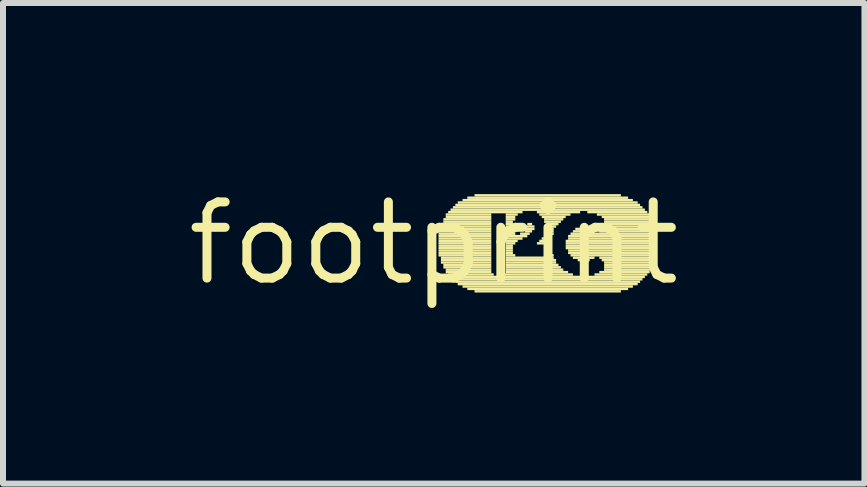
<source format=kicad_pcb>
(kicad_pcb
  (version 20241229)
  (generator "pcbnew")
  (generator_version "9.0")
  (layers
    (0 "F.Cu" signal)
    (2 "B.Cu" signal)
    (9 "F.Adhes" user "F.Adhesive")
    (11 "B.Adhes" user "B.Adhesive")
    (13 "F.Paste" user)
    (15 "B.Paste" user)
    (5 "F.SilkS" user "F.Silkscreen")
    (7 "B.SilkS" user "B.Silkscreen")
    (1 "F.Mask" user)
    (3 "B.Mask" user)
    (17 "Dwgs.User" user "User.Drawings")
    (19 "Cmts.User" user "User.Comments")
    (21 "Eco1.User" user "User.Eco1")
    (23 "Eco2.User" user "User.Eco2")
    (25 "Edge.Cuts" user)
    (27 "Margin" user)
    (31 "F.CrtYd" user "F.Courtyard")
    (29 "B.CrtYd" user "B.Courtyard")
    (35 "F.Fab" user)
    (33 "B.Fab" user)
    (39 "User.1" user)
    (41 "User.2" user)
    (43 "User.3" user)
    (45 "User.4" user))
  (footprint "footprint"
    (layer "F.Cu")
    (at 4.18 1.006)
    (property "Reference" "footprint" (at 0 0 0) (layer "F.SilkS") (effects (font (size 1.27 1.27) (thickness 0.15))))
    (fp_poly (pts (xy 0.08 -0.18) (xy 0.96 -0.18) (xy 0.96 -0.22) (xy 0.08 -0.22)) (stroke (width 0) (type solid)) (fill yes) (layer "F.SilkS"))
    (fp_poly (pts (xy 0.08 -0.14) (xy 0.96 -0.14) (xy 0.96 -0.18) (xy 0.08 -0.18)) (stroke (width 0) (type solid)) (fill yes) (layer "F.SilkS"))
    (fp_poly (pts (xy 0.08 -0.1) (xy 0.96 -0.1) (xy 0.96 -0.14) (xy 0.08 -0.14)) (stroke (width 0) (type solid)) (fill yes) (layer "F.SilkS"))
    (fp_poly (pts (xy 0.08 -0.06) (xy 0.96 -0.06) (xy 0.96 -0.1) (xy 0.08 -0.1)) (stroke (width 0) (type solid)) (fill yes) (layer "F.SilkS"))
    (fp_poly (pts (xy 0.08 -0.02) (xy 0.96 -0.02) (xy 0.96 -0.06) (xy 0.08 -0.06)) (stroke (width 0) (type solid)) (fill yes) (layer "F.SilkS"))
    (fp_poly (pts (xy 0.08 0.02) (xy 0.96 0.02) (xy 0.96 -0.02) (xy 0.08 -0.02)) (stroke (width 0) (type solid)) (fill yes) (layer "F.SilkS"))
    (fp_poly (pts (xy 0.08 0.06) (xy 0.96 0.06) (xy 0.96 0.02) (xy 0.08 0.02)) (stroke (width 0) (type solid)) (fill yes) (layer "F.SilkS"))
    (fp_poly (pts (xy 0.08 0.1) (xy 0.96 0.1) (xy 0.96 0.06) (xy 0.08 0.06)) (stroke (width 0) (type solid)) (fill yes) (layer "F.SilkS"))
    (fp_poly (pts (xy 0.08 0.14) (xy 0.96 0.14) (xy 0.96 0.1) (xy 0.08 0.1)) (stroke (width 0) (type solid)) (fill yes) (layer "F.SilkS"))
    (fp_poly (pts (xy 0.08 0.18) (xy 0.96 0.18) (xy 0.96 0.14) (xy 0.08 0.14)) (stroke (width 0) (type solid)) (fill yes) (layer "F.SilkS"))
    (fp_poly (pts (xy 0.08 0.22) (xy 0.96 0.22) (xy 0.96 0.18) (xy 0.08 0.18)) (stroke (width 0) (type solid)) (fill yes) (layer "F.SilkS"))
    (fp_poly (pts (xy 0.12 -0.3) (xy 0.96 -0.3) (xy 0.96 -0.34) (xy 0.12 -0.34)) (stroke (width 0) (type solid)) (fill yes) (layer "F.SilkS"))
    (fp_poly (pts (xy 0.12 -0.26) (xy 0.96 -0.26) (xy 0.96 -0.3) (xy 0.12 -0.3)) (stroke (width 0) (type solid)) (fill yes) (layer "F.SilkS"))
    (fp_poly (pts (xy 0.12 -0.22) (xy 0.96 -0.22) (xy 0.96 -0.26) (xy 0.12 -0.26)) (stroke (width 0) (type solid)) (fill yes) (layer "F.SilkS"))
    (fp_poly (pts (xy 0.12 0.26) (xy 0.96 0.26) (xy 0.96 0.22) (xy 0.12 0.22)) (stroke (width 0) (type solid)) (fill yes) (layer "F.SilkS"))
    (fp_poly (pts (xy 0.12 0.3) (xy 0.96 0.3) (xy 0.96 0.26) (xy 0.12 0.26)) (stroke (width 0) (type solid)) (fill yes) (layer "F.SilkS"))
    (fp_poly (pts (xy 0.12 0.34) (xy 0.96 0.34) (xy 0.96 0.3) (xy 0.12 0.3)) (stroke (width 0) (type solid)) (fill yes) (layer "F.SilkS"))
    (fp_poly (pts (xy 0.16 -0.38) (xy 0.96 -0.38) (xy 0.96 -0.42) (xy 0.16 -0.42)) (stroke (width 0) (type solid)) (fill yes) (layer "F.SilkS"))
    (fp_poly (pts (xy 0.16 -0.34) (xy 0.96 -0.34) (xy 0.96 -0.38) (xy 0.16 -0.38)) (stroke (width 0) (type solid)) (fill yes) (layer "F.SilkS"))
    (fp_poly (pts (xy 0.16 0.38) (xy 0.96 0.38) (xy 0.96 0.34) (xy 0.16 0.34)) (stroke (width 0) (type solid)) (fill yes) (layer "F.SilkS"))
    (fp_poly (pts (xy 0.16 0.42) (xy 0.96 0.42) (xy 0.96 0.38) (xy 0.16 0.38)) (stroke (width 0) (type solid)) (fill yes) (layer "F.SilkS"))
    (fp_poly (pts (xy 0.2 -0.46) (xy 0.96 -0.46) (xy 0.96 -0.5) (xy 0.2 -0.5)) (stroke (width 0) (type solid)) (fill yes) (layer "F.SilkS"))
    (fp_poly (pts (xy 0.2 -0.42) (xy 0.96 -0.42) (xy 0.96 -0.46) (xy 0.2 -0.46)) (stroke (width 0) (type solid)) (fill yes) (layer "F.SilkS"))
    (fp_poly (pts (xy 0.2 0.46) (xy 0.96 0.46) (xy 0.96 0.42) (xy 0.2 0.42)) (stroke (width 0) (type solid)) (fill yes) (layer "F.SilkS"))
    (fp_poly (pts (xy 0.2 0.5) (xy 0.96 0.5) (xy 0.96 0.46) (xy 0.2 0.46)) (stroke (width 0) (type solid)) (fill yes) (layer "F.SilkS"))
    (fp_poly (pts (xy 0.24 -0.5) (xy 1.48 -0.5) (xy 1.48 -0.54) (xy 0.24 -0.54)) (stroke (width 0) (type solid)) (fill yes) (layer "F.SilkS"))
    (fp_poly (pts (xy 0.24 0.54) (xy 1 0.54) (xy 1 0.5) (xy 0.24 0.5)) (stroke (width 0) (type solid)) (fill yes) (layer "F.SilkS"))
    (fp_poly (pts (xy 0.28 -0.54) (xy 3.52 -0.54) (xy 3.52 -0.58) (xy 0.28 -0.58)) (stroke (width 0) (type solid)) (fill yes) (layer "F.SilkS"))
    (fp_poly (pts (xy 0.28 0.58) (xy 3.52 0.58) (xy 3.52 0.54) (xy 0.28 0.54)) (stroke (width 0) (type solid)) (fill yes) (layer "F.SilkS"))
    (fp_poly (pts (xy 0.32 -0.58) (xy 3.48 -0.58) (xy 3.48 -0.62) (xy 0.32 -0.62)) (stroke (width 0) (type solid)) (fill yes) (layer "F.SilkS"))
    (fp_poly (pts (xy 0.32 0.62) (xy 3.48 0.62) (xy 3.48 0.58) (xy 0.32 0.58)) (stroke (width 0) (type solid)) (fill yes) (layer "F.SilkS"))
    (fp_poly (pts (xy 0.36 -0.62) (xy 3.44 -0.62) (xy 3.44 -0.66) (xy 0.36 -0.66)) (stroke (width 0) (type solid)) (fill yes) (layer "F.SilkS"))
    (fp_poly (pts (xy 0.36 0.66) (xy 3.44 0.66) (xy 3.44 0.62) (xy 0.36 0.62)) (stroke (width 0) (type solid)) (fill yes) (layer "F.SilkS"))
    (fp_poly (pts (xy 0.4 -0.66) (xy 3.4 -0.66) (xy 3.4 -0.7) (xy 0.4 -0.7)) (stroke (width 0) (type solid)) (fill yes) (layer "F.SilkS"))
    (fp_poly (pts (xy 0.4 0.7) (xy 3.4 0.7) (xy 3.4 0.66) (xy 0.4 0.66)) (stroke (width 0) (type solid)) (fill yes) (layer "F.SilkS"))
    (fp_poly (pts (xy 0.48 -0.7) (xy 3.32 -0.7) (xy 3.32 -0.74) (xy 0.48 -0.74)) (stroke (width 0) (type solid)) (fill yes) (layer "F.SilkS"))
    (fp_poly (pts (xy 0.48 0.74) (xy 3.32 0.74) (xy 3.32 0.7) (xy 0.48 0.7)) (stroke (width 0) (type solid)) (fill yes) (layer "F.SilkS"))
    (fp_poly (pts (xy 0.56 -0.74) (xy 3.24 -0.74) (xy 3.24 -0.78) (xy 0.56 -0.78)) (stroke (width 0) (type solid)) (fill yes) (layer "F.SilkS"))
    (fp_poly (pts (xy 0.56 0.78) (xy 3.24 0.78) (xy 3.24 0.74) (xy 0.56 0.74)) (stroke (width 0) (type solid)) (fill yes) (layer "F.SilkS"))
    (fp_poly (pts (xy 0.68 -0.78) (xy 3.12 -0.78) (xy 3.12 -0.82) (xy 0.68 -0.82)) (stroke (width 0) (type solid)) (fill yes) (layer "F.SilkS"))
    (fp_poly (pts (xy 0.68 0.82) (xy 3.12 0.82) (xy 3.12 0.78) (xy 0.68 0.78)) (stroke (width 0) (type solid)) (fill yes) (layer "F.SilkS"))
    (fp_poly (pts (xy 1.16 0.54) (xy 2.32 0.54) (xy 2.32 0.5) (xy 1.16 0.5)) (stroke (width 0) (type solid)) (fill yes) (layer "F.SilkS"))
    (fp_poly (pts (xy 1.2 -0.46) (xy 1.4 -0.46) (xy 1.4 -0.5) (xy 1.2 -0.5)) (stroke (width 0) (type solid)) (fill yes) (layer "F.SilkS"))
    (fp_poly (pts (xy 1.2 -0.42) (xy 1.36 -0.42) (xy 1.36 -0.46) (xy 1.2 -0.46)) (stroke (width 0) (type solid)) (fill yes) (layer "F.SilkS"))
    (fp_poly (pts (xy 1.2 -0.38) (xy 1.36 -0.38) (xy 1.36 -0.42) (xy 1.2 -0.42)) (stroke (width 0) (type solid)) (fill yes) (layer "F.SilkS"))
    (fp_poly (pts (xy 1.2 -0.34) (xy 1.32 -0.34) (xy 1.32 -0.38) (xy 1.2 -0.38)) (stroke (width 0) (type solid)) (fill yes) (layer "F.SilkS"))
    (fp_poly (pts (xy 1.2 -0.3) (xy 1.32 -0.3) (xy 1.32 -0.34) (xy 1.2 -0.34)) (stroke (width 0) (type solid)) (fill yes) (layer "F.SilkS"))
    (fp_poly (pts (xy 1.2 -0.26) (xy 1.32 -0.26) (xy 1.32 -0.3) (xy 1.2 -0.3)) (stroke (width 0) (type solid)) (fill yes) (layer "F.SilkS"))
    (fp_poly (pts (xy 1.2 -0.22) (xy 1.32 -0.22) (xy 1.32 -0.26) (xy 1.2 -0.26)) (stroke (width 0) (type solid)) (fill yes) (layer "F.SilkS"))
    (fp_poly (pts (xy 1.2 -0.18) (xy 1.32 -0.18) (xy 1.32 -0.22) (xy 1.2 -0.22)) (stroke (width 0) (type solid)) (fill yes) (layer "F.SilkS"))
    (fp_poly (pts (xy 1.2 -0.14) (xy 1.36 -0.14) (xy 1.36 -0.18) (xy 1.2 -0.18)) (stroke (width 0) (type solid)) (fill yes) (layer "F.SilkS"))
    (fp_poly (pts (xy 1.2 -0.1) (xy 1.56 -0.1) (xy 1.56 -0.14) (xy 1.2 -0.14)) (stroke (width 0) (type solid)) (fill yes) (layer "F.SilkS"))
    (fp_poly (pts (xy 1.2 -0.06) (xy 1.48 -0.06) (xy 1.48 -0.1) (xy 1.2 -0.1)) (stroke (width 0) (type solid)) (fill yes) (layer "F.SilkS"))
    (fp_poly (pts (xy 1.2 -0.02) (xy 1.4 -0.02) (xy 1.4 -0.06) (xy 1.2 -0.06)) (stroke (width 0) (type solid)) (fill yes) (layer "F.SilkS"))
    (fp_poly (pts (xy 1.2 0.02) (xy 1.36 0.02) (xy 1.36 -0.02) (xy 1.2 -0.02)) (stroke (width 0) (type solid)) (fill yes) (layer "F.SilkS"))
    (fp_poly (pts (xy 1.2 0.06) (xy 1.32 0.06) (xy 1.32 0.02) (xy 1.2 0.02)) (stroke (width 0) (type solid)) (fill yes) (layer "F.SilkS"))
    (fp_poly (pts (xy 1.2 0.1) (xy 1.32 0.1) (xy 1.32 0.06) (xy 1.2 0.06)) (stroke (width 0) (type solid)) (fill yes) (layer "F.SilkS"))
    (fp_poly (pts (xy 1.2 0.14) (xy 1.32 0.14) (xy 1.32 0.1) (xy 1.2 0.1)) (stroke (width 0) (type solid)) (fill yes) (layer "F.SilkS"))
    (fp_poly (pts (xy 1.2 0.18) (xy 1.32 0.18) (xy 1.32 0.14) (xy 1.2 0.14)) (stroke (width 0) (type solid)) (fill yes) (layer "F.SilkS"))
    (fp_poly (pts (xy 1.2 0.22) (xy 1.36 0.22) (xy 1.36 0.18) (xy 1.2 0.18)) (stroke (width 0) (type solid)) (fill yes) (layer "F.SilkS"))
    (fp_poly (pts (xy 1.2 0.26) (xy 2 0.26) (xy 2 0.22) (xy 1.2 0.22)) (stroke (width 0) (type solid)) (fill yes) (layer "F.SilkS"))
    (fp_poly (pts (xy 1.2 0.3) (xy 2.04 0.3) (xy 2.04 0.26) (xy 1.2 0.26)) (stroke (width 0) (type solid)) (fill yes) (layer "F.SilkS"))
    (fp_poly (pts (xy 1.2 0.34) (xy 2.04 0.34) (xy 2.04 0.3) (xy 1.2 0.3)) (stroke (width 0) (type solid)) (fill yes) (layer "F.SilkS"))
    (fp_poly (pts (xy 1.2 0.38) (xy 2.08 0.38) (xy 2.08 0.34) (xy 1.2 0.34)) (stroke (width 0) (type solid)) (fill yes) (layer "F.SilkS"))
    (fp_poly (pts (xy 1.2 0.42) (xy 2.12 0.42) (xy 2.12 0.38) (xy 1.2 0.38)) (stroke (width 0) (type solid)) (fill yes) (layer "F.SilkS"))
    (fp_poly (pts (xy 1.2 0.46) (xy 2.16 0.46) (xy 2.16 0.42) (xy 1.2 0.42)) (stroke (width 0) (type solid)) (fill yes) (layer "F.SilkS"))
    (fp_poly (pts (xy 1.2 0.5) (xy 2.24 0.5) (xy 2.24 0.46) (xy 1.2 0.46)) (stroke (width 0) (type solid)) (fill yes) (layer "F.SilkS"))
    (fp_poly (pts (xy 1.44 -0.14) (xy 1.6 -0.14) (xy 1.6 -0.18) (xy 1.44 -0.18)) (stroke (width 0) (type solid)) (fill yes) (layer "F.SilkS"))
    (fp_poly (pts (xy 1.52 -0.26) (xy 1.68 -0.26) (xy 1.68 -0.3) (xy 1.52 -0.3)) (stroke (width 0) (type solid)) (fill yes) (layer "F.SilkS"))
    (fp_poly (pts (xy 1.52 -0.22) (xy 1.68 -0.22) (xy 1.68 -0.26) (xy 1.52 -0.26)) (stroke (width 0) (type solid)) (fill yes) (layer "F.SilkS"))
    (fp_poly (pts (xy 1.52 -0.18) (xy 1.64 -0.18) (xy 1.64 -0.22) (xy 1.52 -0.22)) (stroke (width 0) (type solid)) (fill yes) (layer "F.SilkS"))
    (fp_poly (pts (xy 1.56 -0.3) (xy 1.64 -0.3) (xy 1.64 -0.34) (xy 1.56 -0.34)) (stroke (width 0) (type solid)) (fill yes) (layer "F.SilkS"))
    (fp_poly (pts (xy 1.72 -0.5) (xy 2.44 -0.5) (xy 2.44 -0.54) (xy 1.72 -0.54)) (stroke (width 0) (type solid)) (fill yes) (layer "F.SilkS"))
    (fp_poly (pts (xy 1.72 0.02) (xy 1.96 0.02) (xy 1.96 -0.02) (xy 1.72 -0.02)) (stroke (width 0) (type solid)) (fill yes) (layer "F.SilkS"))
    (fp_poly (pts (xy 1.76 -0.46) (xy 2.28 -0.46) (xy 2.28 -0.5) (xy 1.76 -0.5)) (stroke (width 0) (type solid)) (fill yes) (layer "F.SilkS"))
    (fp_poly (pts (xy 1.76 -0.02) (xy 1.96 -0.02) (xy 1.96 -0.06) (xy 1.76 -0.06)) (stroke (width 0) (type solid)) (fill yes) (layer "F.SilkS"))
    (fp_poly (pts (xy 1.8 -0.42) (xy 2.2 -0.42) (xy 2.2 -0.46) (xy 1.8 -0.46)) (stroke (width 0) (type solid)) (fill yes) (layer "F.SilkS"))
    (fp_poly (pts (xy 1.8 -0.06) (xy 1.96 -0.06) (xy 1.96 -0.1) (xy 1.8 -0.1)) (stroke (width 0) (type solid)) (fill yes) (layer "F.SilkS"))
    (fp_poly (pts (xy 1.84 -0.38) (xy 2.16 -0.38) (xy 2.16 -0.42) (xy 1.84 -0.42)) (stroke (width 0) (type solid)) (fill yes) (layer "F.SilkS"))
    (fp_poly (pts (xy 1.84 -0.34) (xy 2.12 -0.34) (xy 2.12 -0.38) (xy 1.84 -0.38)) (stroke (width 0) (type solid)) (fill yes) (layer "F.SilkS"))
    (fp_poly (pts (xy 1.84 -0.14) (xy 2 -0.14) (xy 2 -0.18) (xy 1.84 -0.18)) (stroke (width 0) (type solid)) (fill yes) (layer "F.SilkS"))
    (fp_poly (pts (xy 1.84 -0.1) (xy 1.96 -0.1) (xy 1.96 -0.14) (xy 1.84 -0.14)) (stroke (width 0) (type solid)) (fill yes) (layer "F.SilkS"))
    (fp_poly (pts (xy 1.88 -0.3) (xy 2.08 -0.3) (xy 2.08 -0.34) (xy 1.88 -0.34)) (stroke (width 0) (type solid)) (fill yes) (layer "F.SilkS"))
    (fp_poly (pts (xy 1.88 -0.26) (xy 2.04 -0.26) (xy 2.04 -0.3) (xy 1.88 -0.3)) (stroke (width 0) (type solid)) (fill yes) (layer "F.SilkS"))
    (fp_poly (pts (xy 1.88 -0.22) (xy 2 -0.22) (xy 2 -0.26) (xy 1.88 -0.26)) (stroke (width 0) (type solid)) (fill yes) (layer "F.SilkS"))
    (fp_poly (pts (xy 1.88 -0.18) (xy 2 -0.18) (xy 2 -0.22) (xy 1.88 -0.22)) (stroke (width 0) (type solid)) (fill yes) (layer "F.SilkS"))
    (fp_poly (pts (xy 1.88 0.06) (xy 1.96 0.06) (xy 1.96 0.02) (xy 1.88 0.02)) (stroke (width 0) (type solid)) (fill yes) (layer "F.SilkS"))
    (fp_poly (pts (xy 1.88 0.22) (xy 2 0.22) (xy 2 0.18) (xy 1.88 0.18)) (stroke (width 0) (type solid)) (fill yes) (layer "F.SilkS"))
    (fp_poly (pts (xy 1.92 0.1) (xy 1.96 0.1) (xy 1.96 0.06) (xy 1.92 0.06)) (stroke (width 0) (type solid)) (fill yes) (layer "F.SilkS"))
    (fp_poly (pts (xy 1.92 0.14) (xy 1.96 0.14) (xy 1.96 0.1) (xy 1.92 0.1)) (stroke (width 0) (type solid)) (fill yes) (layer "F.SilkS"))
    (fp_poly (pts (xy 1.92 0.18) (xy 1.96 0.18) (xy 1.96 0.14) (xy 1.92 0.14)) (stroke (width 0) (type solid)) (fill yes) (layer "F.SilkS"))
    (fp_poly (pts (xy 2.2 -0.02) (xy 3.72 -0.02) (xy 3.72 -0.06) (xy 2.2 -0.06)) (stroke (width 0) (type solid)) (fill yes) (layer "F.SilkS"))
    (fp_poly (pts (xy 2.2 0.02) (xy 3.72 0.02) (xy 3.72 -0.02) (xy 2.2 -0.02)) (stroke (width 0) (type solid)) (fill yes) (layer "F.SilkS"))
    (fp_poly (pts (xy 2.2 0.06) (xy 3.72 0.06) (xy 3.72 0.02) (xy 2.2 0.02)) (stroke (width 0) (type solid)) (fill yes) (layer "F.SilkS"))
    (fp_poly (pts (xy 2.2 0.1) (xy 3.72 0.1) (xy 3.72 0.06) (xy 2.2 0.06)) (stroke (width 0) (type solid)) (fill yes) (layer "F.SilkS"))
    (fp_poly (pts (xy 2.24 -0.1) (xy 3.72 -0.1) (xy 3.72 -0.14) (xy 2.24 -0.14)) (stroke (width 0) (type solid)) (fill yes) (layer "F.SilkS"))
    (fp_poly (pts (xy 2.24 -0.06) (xy 3.72 -0.06) (xy 3.72 -0.1) (xy 2.24 -0.1)) (stroke (width 0) (type solid)) (fill yes) (layer "F.SilkS"))
    (fp_poly (pts (xy 2.24 0.14) (xy 3.72 0.14) (xy 3.72 0.1) (xy 2.24 0.1)) (stroke (width 0) (type solid)) (fill yes) (layer "F.SilkS"))
    (fp_poly (pts (xy 2.24 0.18) (xy 3.72 0.18) (xy 3.72 0.14) (xy 2.24 0.14)) (stroke (width 0) (type solid)) (fill yes) (layer "F.SilkS"))
    (fp_poly (pts (xy 2.28 -0.14) (xy 3.72 -0.14) (xy 3.72 -0.18) (xy 2.28 -0.18)) (stroke (width 0) (type solid)) (fill yes) (layer "F.SilkS"))
    (fp_poly (pts (xy 2.28 0.22) (xy 3.72 0.22) (xy 3.72 0.18) (xy 2.28 0.18)) (stroke (width 0) (type solid)) (fill yes) (layer "F.SilkS"))
    (fp_poly (pts (xy 2.32 -0.18) (xy 2.68 -0.18) (xy 2.68 -0.22) (xy 2.32 -0.22)) (stroke (width 0) (type solid)) (fill yes) (layer "F.SilkS"))
    (fp_poly (pts (xy 2.32 0.26) (xy 2.68 0.26) (xy 2.68 0.22) (xy 2.32 0.22)) (stroke (width 0) (type solid)) (fill yes) (layer "F.SilkS"))
    (fp_poly (pts (xy 2.36 -0.22) (xy 2.64 -0.22) (xy 2.64 -0.26) (xy 2.36 -0.26)) (stroke (width 0) (type solid)) (fill yes) (layer "F.SilkS"))
    (fp_poly (pts (xy 2.4 0.3) (xy 2.6 0.3) (xy 2.6 0.26) (xy 2.4 0.26)) (stroke (width 0) (type solid)) (fill yes) (layer "F.SilkS"))
    (fp_poly (pts (xy 2.56 -0.5) (xy 3.56 -0.5) (xy 3.56 -0.54) (xy 2.56 -0.54)) (stroke (width 0) (type solid)) (fill yes) (layer "F.SilkS"))
    (fp_poly (pts (xy 2.68 0.54) (xy 3.56 0.54) (xy 3.56 0.5) (xy 2.68 0.5)) (stroke (width 0) (type solid)) (fill yes) (layer "F.SilkS"))
    (fp_poly (pts (xy 2.72 -0.46) (xy 3.6 -0.46) (xy 3.6 -0.5) (xy 2.72 -0.5)) (stroke (width 0) (type solid)) (fill yes) (layer "F.SilkS"))
    (fp_poly (pts (xy 2.76 -0.18) (xy 3.72 -0.18) (xy 3.72 -0.22) (xy 2.76 -0.22)) (stroke (width 0) (type solid)) (fill yes) (layer "F.SilkS"))
    (fp_poly (pts (xy 2.76 0.26) (xy 3.68 0.26) (xy 3.68 0.22) (xy 2.76 0.22)) (stroke (width 0) (type solid)) (fill yes) (layer "F.SilkS"))
    (fp_poly (pts (xy 2.76 0.5) (xy 3.6 0.5) (xy 3.6 0.46) (xy 2.76 0.46)) (stroke (width 0) (type solid)) (fill yes) (layer "F.SilkS"))
    (fp_poly (pts (xy 2.8 -0.42) (xy 3.6 -0.42) (xy 3.6 -0.46) (xy 2.8 -0.46)) (stroke (width 0) (type solid)) (fill yes) (layer "F.SilkS"))
    (fp_poly (pts (xy 2.8 -0.22) (xy 3.68 -0.22) (xy 3.68 -0.26) (xy 2.8 -0.26)) (stroke (width 0) (type solid)) (fill yes) (layer "F.SilkS"))
    (fp_poly (pts (xy 2.8 0.3) (xy 3.68 0.3) (xy 3.68 0.26) (xy 2.8 0.26)) (stroke (width 0) (type solid)) (fill yes) (layer "F.SilkS"))
    (fp_poly (pts (xy 2.84 -0.38) (xy 3.64 -0.38) (xy 3.64 -0.42) (xy 2.84 -0.42)) (stroke (width 0) (type solid)) (fill yes) (layer "F.SilkS"))
    (fp_poly (pts (xy 2.84 -0.34) (xy 3.64 -0.34) (xy 3.64 -0.38) (xy 2.84 -0.38)) (stroke (width 0) (type solid)) (fill yes) (layer "F.SilkS"))
    (fp_poly (pts (xy 2.84 -0.3) (xy 3.68 -0.3) (xy 3.68 -0.34) (xy 2.84 -0.34)) (stroke (width 0) (type solid)) (fill yes) (layer "F.SilkS"))
    (fp_poly (pts (xy 2.84 -0.26) (xy 3.68 -0.26) (xy 3.68 -0.3) (xy 2.84 -0.3)) (stroke (width 0) (type solid)) (fill yes) (layer "F.SilkS"))
    (fp_poly (pts (xy 2.84 0.34) (xy 3.68 0.34) (xy 3.68 0.3) (xy 2.84 0.3)) (stroke (width 0) (type solid)) (fill yes) (layer "F.SilkS"))
    (fp_poly (pts (xy 2.84 0.38) (xy 3.64 0.38) (xy 3.64 0.34) (xy 2.84 0.34)) (stroke (width 0) (type solid)) (fill yes) (layer "F.SilkS"))
    (fp_poly (pts (xy 2.84 0.42) (xy 3.64 0.42) (xy 3.64 0.38) (xy 2.84 0.38)) (stroke (width 0) (type solid)) (fill yes) (layer "F.SilkS"))
    (fp_poly (pts (xy 2.84 0.46) (xy 3.6 0.46) (xy 3.6 0.42) (xy 2.84 0.42)) (stroke (width 0) (type solid)) (fill yes) (layer "F.SilkS")))
  (gr_rect
    (start -3 -3)
    (end 11.36 5.012)
    (stroke (width 0.1) (type default))
    (fill no)
    (layer "Edge.Cuts")))
</source>
